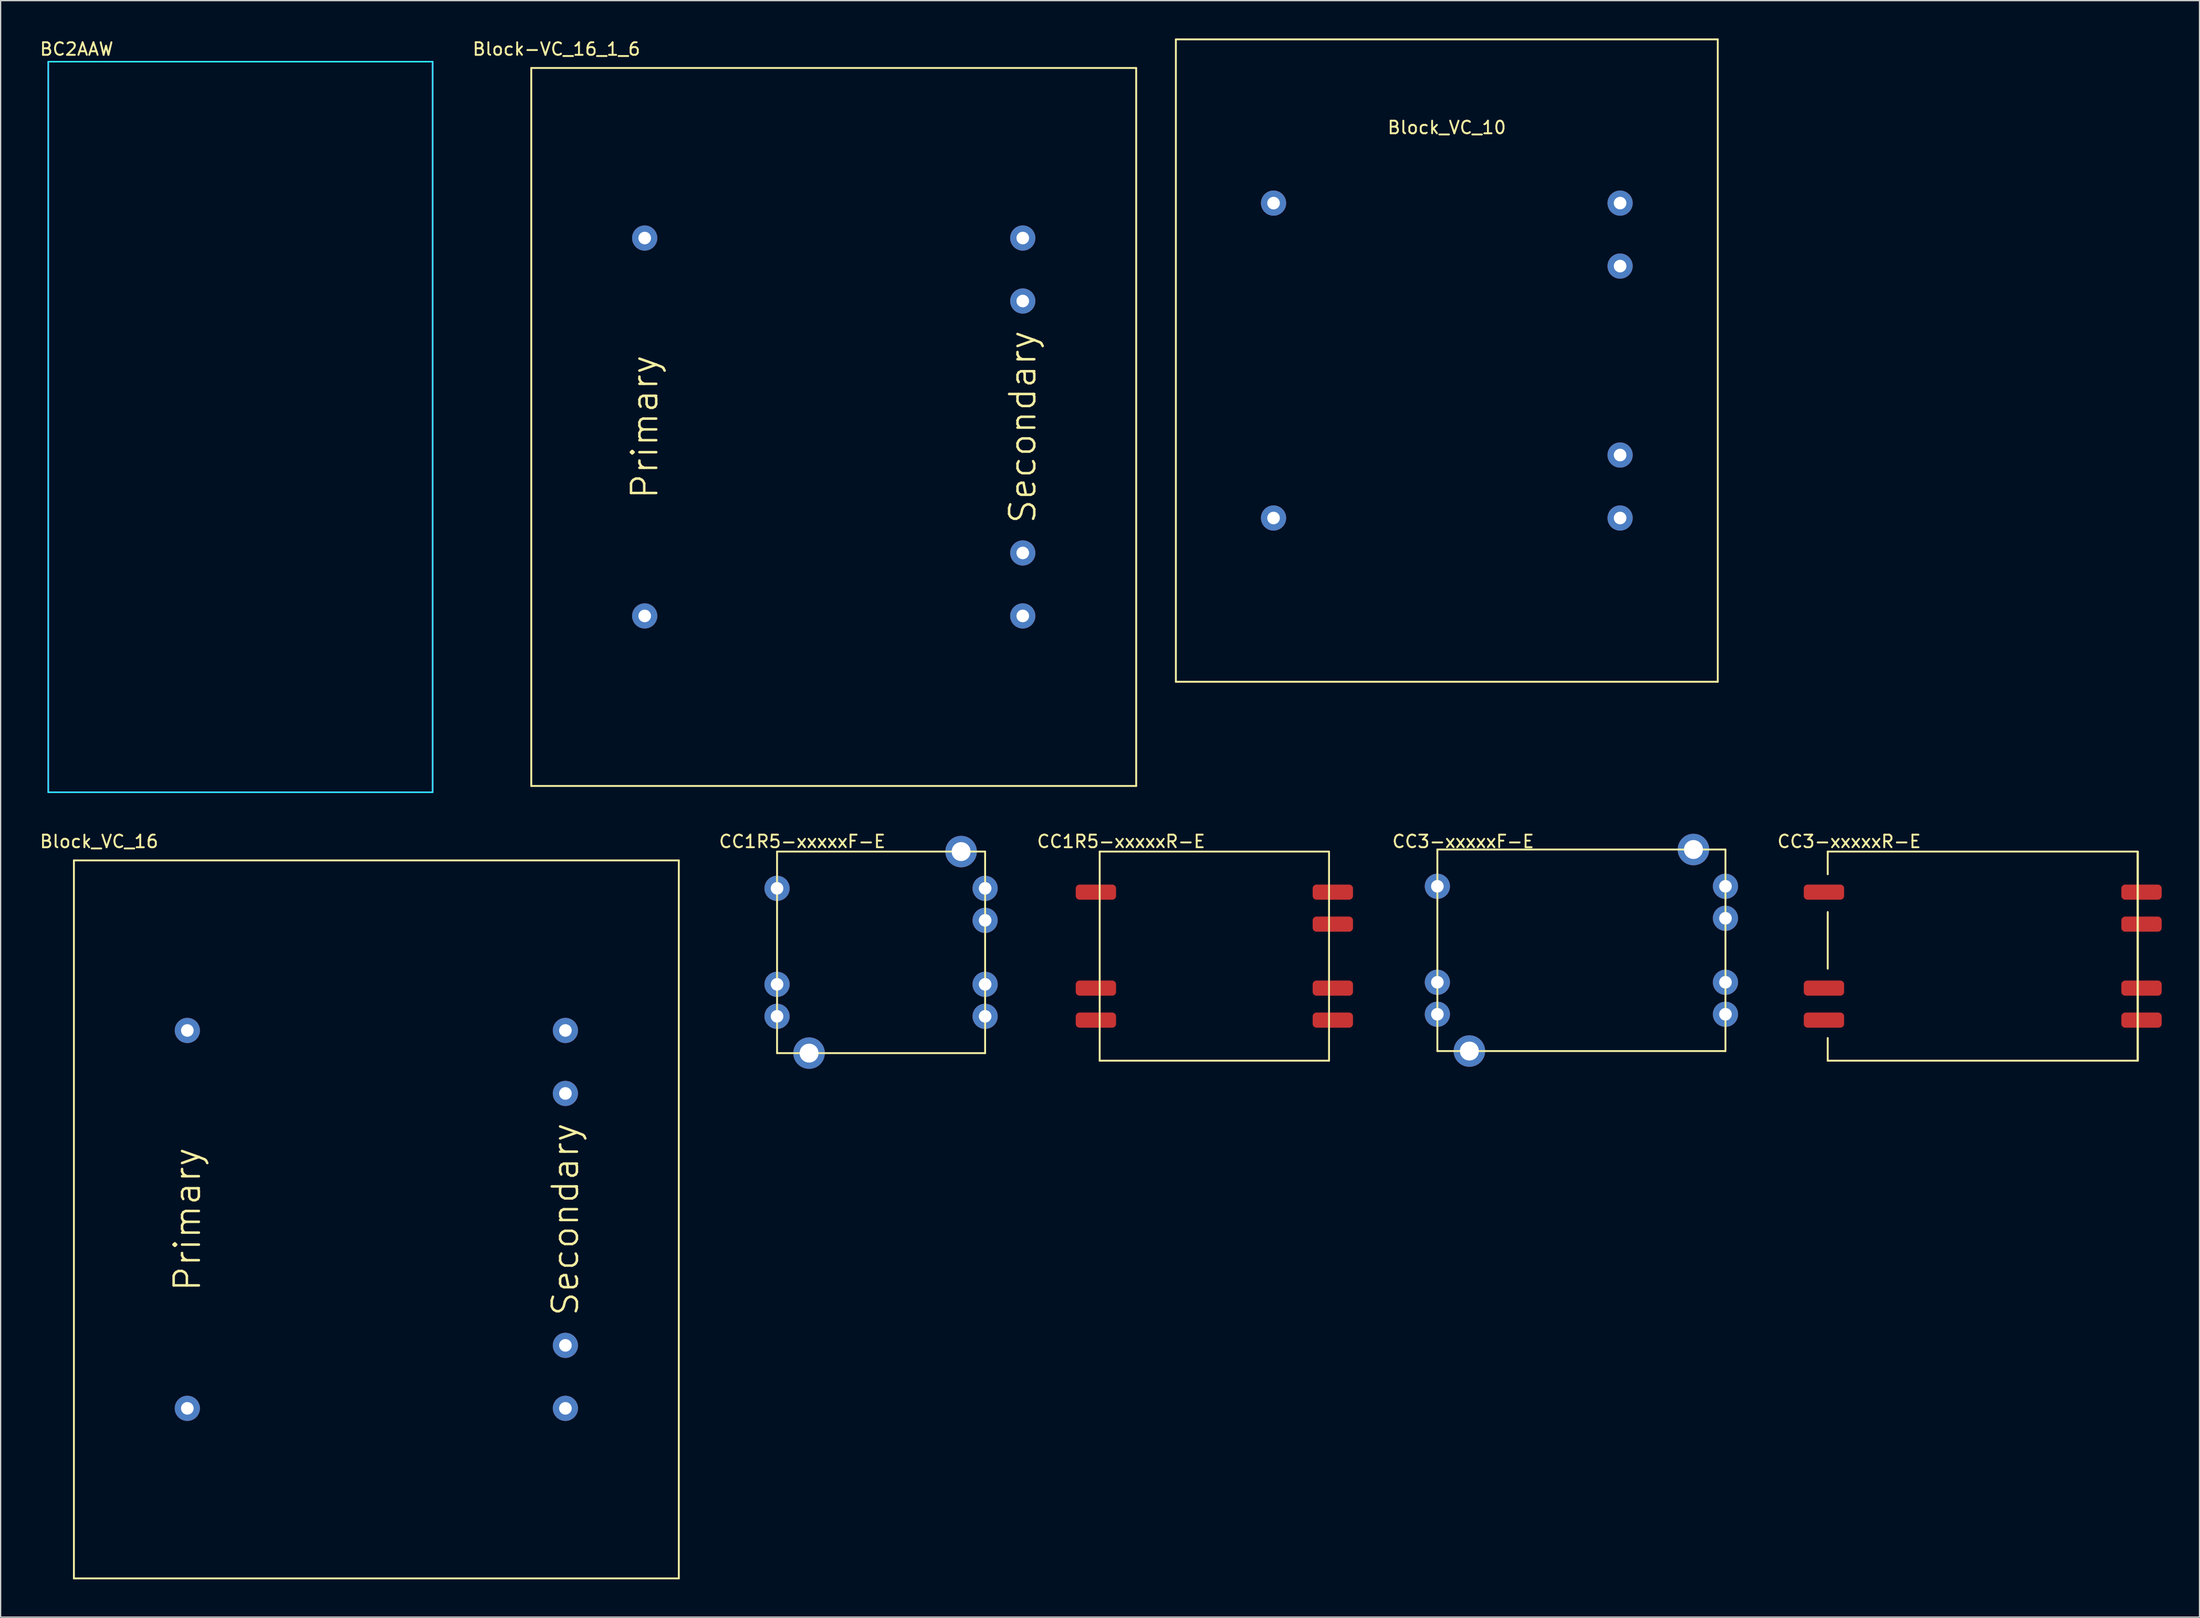
<source format=kicad_pcb>
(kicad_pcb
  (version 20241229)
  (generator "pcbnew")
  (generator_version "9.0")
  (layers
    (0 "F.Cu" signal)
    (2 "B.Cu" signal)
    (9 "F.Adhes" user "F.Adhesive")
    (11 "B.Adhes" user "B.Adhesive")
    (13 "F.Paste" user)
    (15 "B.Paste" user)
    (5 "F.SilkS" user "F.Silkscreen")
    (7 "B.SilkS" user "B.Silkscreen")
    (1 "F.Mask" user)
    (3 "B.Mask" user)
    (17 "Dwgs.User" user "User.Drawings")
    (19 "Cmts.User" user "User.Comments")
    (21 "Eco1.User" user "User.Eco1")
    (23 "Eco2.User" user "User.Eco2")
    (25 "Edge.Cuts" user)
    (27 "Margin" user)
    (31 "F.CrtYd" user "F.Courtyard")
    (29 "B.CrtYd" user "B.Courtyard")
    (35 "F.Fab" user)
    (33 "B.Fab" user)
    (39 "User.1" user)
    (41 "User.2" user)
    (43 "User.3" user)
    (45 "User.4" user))
  (footprint "Block_VC_16"
    (layer "F.Cu")
    (at 26.815 93.757)
    (property "Reference" "Block_VC_16" (at -22 -30 0) (layer "F.SilkS") (effects (font (size 1 1) (thickness 0.15))))
    (attr through_hole)
    (fp_line (start -24 -28.5) (end 24 -28.5) (stroke (width 0.15) (type solid)) (layer "F.SilkS"))
    (fp_line (start -24 28.5) (end -24 -28.5) (stroke (width 0.15) (type solid)) (layer "F.SilkS"))
    (fp_line (start 24 -28.5) (end 24 28.5) (stroke (width 0.15) (type solid)) (layer "F.SilkS"))
    (fp_line (start 24 28.5) (end -24 28.5) (stroke (width 0.15) (type solid)) (layer "F.SilkS"))
    (fp_text user "Secondary" (at 15 0 90) (layer "F.SilkS") (effects (font (size 2 2) (thickness 0.2))))
    (fp_text user "Primary" (at -15 0 270) (layer "F.SilkS") (effects (font (size 2 2) (thickness 0.2))))
    (pad "0" thru_hole circle (at 15 -15 90) (size 2 2) (drill 1) (layers "*.Cu" "*.Mask"))
    (pad "0" thru_hole circle (at 15 15) (size 2 2) (drill 1) (layers "*.Cu" "*.Mask"))
    (pad "1" thru_hole circle (at -15 -15 180) (size 2 2) (drill 1) (layers "*.Cu" "*.Mask"))
    (pad "2" thru_hole circle (at -15 15 270) (size 2 2) (drill 1) (layers "*.Cu" "*.Mask"))
    (pad "3" thru_hole circle (at 15 10) (size 2 2) (drill 1) (layers "*.Cu" "*.Mask"))
    (pad "4" thru_hole circle (at 15 -10 90) (size 2 2) (drill 1) (layers "*.Cu" "*.Mask")))
  (footprint "Block-VC_16_1_6"
    (layer "F.Cu")
    (at 63.108 30.848)
    (property "Reference" "Block-VC_16_1_6" (at -22 -30 0) (layer "F.SilkS") (effects (font (size 1 1) (thickness 0.15))))
    (attr through_hole)
    (fp_line (start -24 -28.5) (end 24 -28.5) (stroke (width 0.15) (type solid)) (layer "F.SilkS"))
    (fp_line (start -24 28.5) (end -24 -28.5) (stroke (width 0.15) (type solid)) (layer "F.SilkS"))
    (fp_line (start 24 -28.5) (end 24 28.5) (stroke (width 0.15) (type solid)) (layer "F.SilkS"))
    (fp_line (start 24 28.5) (end -24 28.5) (stroke (width 0.15) (type solid)) (layer "F.SilkS"))
    (fp_text user "Secondary" (at 15 0 90) (layer "F.SilkS") (effects (font (size 2 2) (thickness 0.2))))
    (fp_text user "Primary" (at -15 0 270) (layer "F.SilkS") (effects (font (size 2 2) (thickness 0.2))))
    (pad "0" thru_hole circle (at 15 -15 90) (size 2 2) (drill 1) (layers "*.Cu" "*.Mask"))
    (pad "0" thru_hole circle (at 15 15) (size 2 2) (drill 1) (layers "*.Cu" "*.Mask"))
    (pad "1" thru_hole circle (at -15 -15 180) (size 2 2) (drill 1) (layers "*.Cu" "*.Mask"))
    (pad "2" thru_hole circle (at -15 15 270) (size 2 2) (drill 1) (layers "*.Cu" "*.Mask"))
    (pad "3" thru_hole circle (at 15 10) (size 2 2) (drill 1) (layers "*.Cu" "*.Mask"))
    (pad "4" thru_hole circle (at 15 -10 90) (size 2 2) (drill 1) (layers "*.Cu" "*.Mask")))
  (footprint "Block_VC_10"
    (layer "F.Cu")
    (at 111.758 25.575)
    (property "Reference" "Block_VC_10" (at 0 -18.5 0) (layer "F.SilkS") (effects (font (size 1 1) (thickness 0.15))))
    (attr through_hole)
    (fp_line (start -21.5 -25.5) (end -21.5 25.5) (stroke (width 0.15) (type solid)) (layer "F.SilkS"))
    (fp_line (start -21.5 -25.5) (end 21.5 -25.5) (stroke (width 0.15) (type solid)) (layer "F.SilkS"))
    (fp_line (start 21.5 25.5) (end -21.5 25.5) (stroke (width 0.15) (type solid)) (layer "F.SilkS"))
    (fp_line (start 21.5 25.5) (end 21.5 -25.5) (stroke (width 0.15) (type solid)) (layer "F.SilkS"))
    (pad "0" thru_hole circle (at 13.75 -12.5) (size 2 2) (drill 1) (layers "*.Cu" "*.Mask"))
    (pad "0" thru_hole circle (at 13.75 12.5) (size 2 2) (drill 1) (layers "*.Cu" "*.Mask"))
    (pad "1" thru_hole circle (at -13.75 -12.5) (size 2 2) (drill 1) (layers "*.Cu" "*.Mask"))
    (pad "2" thru_hole circle (at -13.75 12.5) (size 2 2) (drill 1) (layers "*.Cu" "*.Mask"))
    (pad "3" thru_hole circle (at 13.75 7.5) (size 2 2) (drill 1) (layers "*.Cu" "*.Mask"))
    (pad "4" thru_hole circle (at 13.75 -7.5) (size 2 2) (drill 1) (layers "*.Cu" "*.Mask")))
  (footprint "CC3-xxxxxF-E"
    (layer "F.Cu")
    (at 121.438 72.392)
    (property "Reference" "CC3-xxxxxF-E" (at -8.382 -8.636 0) (layer "F.SilkS") (effects (font (size 1 1) (thickness 0.15))))
    (attr through_hole)
    (fp_line (start -10.43 -8) (end -10.43 8) (stroke (width 0.15) (type solid)) (layer "F.SilkS"))
    (fp_line (start -10.43 -8) (end 12.43 -8) (stroke (width 0.15) (type solid)) (layer "F.SilkS"))
    (fp_line (start -10.43 8) (end 12.43 8) (stroke (width 0.15) (type solid)) (layer "F.SilkS"))
    (fp_line (start 12.43 -8) (end 12.43 8) (stroke (width 0.15) (type solid)) (layer "F.SilkS"))
    (pad "1" thru_hole circle (at -10.43 -5.08) (size 2 2) (drill 1) (layers "*.Cu" "*.Mask"))
    (pad "2" thru_hole circle (at -10.43 2.54) (size 2 2) (drill 1) (layers "*.Cu" "*.Mask"))
    (pad "3" thru_hole circle (at -10.43 5.08) (size 2 2) (drill 1) (layers "*.Cu" "*.Mask"))
    (pad "4" thru_hole circle (at 12.43 5.08) (size 2 2) (drill 1) (layers "*.Cu" "*.Mask"))
    (pad "5" thru_hole circle (at 12.43 2.54) (size 2 2) (drill 1) (layers "*.Cu" "*.Mask"))
    (pad "6" thru_hole circle (at 12.43 -2.54) (size 2 2) (drill 1) (layers "*.Cu" "*.Mask"))
    (pad "7" thru_hole circle (at 12.43 -5.08) (size 2 2) (drill 1) (layers "*.Cu" "*.Mask"))
    (pad "8" thru_hole circle (at -7.89 8) (size 2.5 2.5) (drill 1.5) (layers "*.Cu" "*.Mask"))
    (pad "8" thru_hole circle (at 9.89 -8) (size 2.5 2.5) (drill 1.5) (layers "*.Cu" "*.Mask")))
  (footprint "CC1R5-xxxxxR-E"
    (layer "F.Cu")
    (at 83.912 64.556)
    (property "Reference" "CC1R5-xxxxxR-E" (at 2 -0.8 0) (layer "F.SilkS") (effects (font (size 1 1) (thickness 0.15))))
    (attr through_hole)
    (fp_line (start 0.3 0) (end 0.3 16.6) (stroke (width 0.15) (type solid)) (layer "F.SilkS"))
    (fp_line (start 0.3 0) (end 18.5 0) (stroke (width 0.15) (type solid)) (layer "F.SilkS"))
    (fp_line (start 0.3 16.6) (end 18.5 16.6) (stroke (width 0.15) (type solid)) (layer "F.SilkS"))
    (fp_line (start 18.5 0) (end 18.5 16.6) (stroke (width 0.15) (type solid)) (layer "F.SilkS"))
    (pad "1" smd roundrect (at 0 3.22) (size 3.2 1.2) (layers "F.Cu" "F.Mask" "F.Paste") (roundrect_rratio 0.25))
    (pad "2" smd roundrect (at 0 10.84) (size 3.2 1.2) (layers "F.Cu" "F.Mask" "F.Paste") (roundrect_rratio 0.25))
    (pad "3" smd roundrect (at 0 13.38) (size 3.2 1.2) (layers "F.Cu" "F.Mask" "F.Paste") (roundrect_rratio 0.25))
    (pad "4" smd roundrect (at 18.8 13.38) (size 3.2 1.2) (layers "F.Cu" "F.Mask" "F.Paste") (roundrect_rratio 0.25))
    (pad "5" smd roundrect (at 18.8 10.84) (size 3.2 1.2) (layers "F.Cu" "F.Mask" "F.Paste") (roundrect_rratio 0.25))
    (pad "6" smd roundrect (at 18.8 5.76) (size 3.2 1.2) (layers "F.Cu" "F.Mask" "F.Paste") (roundrect_rratio 0.25))
    (pad "7" smd roundrect (at 18.8 3.22) (size 3.2 1.2) (layers "F.Cu" "F.Mask" "F.Paste") (roundrect_rratio 0.25)))
  (footprint "CC3-xxxxxR-E"
    (layer "F.Cu")
    (at 154.284 72.856)
    (property "Reference" "CC3-xxxxxR-E" (at -10.6 -9.1 0) (layer "F.SilkS") (effects (font (size 1 1) (thickness 0.15))))
    (attr through_hole)
    (fp_line (start -12.3 -8.3) (end -12.3 -6.5) (stroke (width 0.15) (type solid)) (layer "F.SilkS"))
    (fp_line (start -12.3 -8.3) (end 12.3 -8.3) (stroke (width 0.15) (type solid)) (layer "F.SilkS"))
    (fp_line (start -12.3 -3.5) (end -12.3 1) (stroke (width 0.15) (type solid)) (layer "F.SilkS"))
    (fp_line (start -12.3 6.5) (end -12.3 8.3) (stroke (width 0.15) (type solid)) (layer "F.SilkS"))
    (fp_line (start -12.3 8.3) (end 12.3 8.3) (stroke (width 0.15) (type solid)) (layer "F.SilkS"))
    (fp_line (start 12.3 -8.3) (end 12.3 8.3) (stroke (width 0.15) (type solid)) (layer "F.SilkS"))
    (fp_line (start 12.3 -8.3) (end 12.3 8.3) (stroke (width 0.15) (type solid)) (layer "F.SilkS"))
    (fp_line (start 12.3 -8.3) (end 12.3 8.3) (stroke (width 0.15) (type solid)) (layer "F.SilkS"))
    (pad "1" smd roundrect (at -12.6 -5.08) (size 3.2 1.2) (layers "F.Cu" "F.Mask" "F.Paste") (roundrect_rratio 0.25))
    (pad "2" smd roundrect (at -12.6 2.54) (size 3.2 1.2) (layers "F.Cu" "F.Mask" "F.Paste") (roundrect_rratio 0.25))
    (pad "3" smd roundrect (at -12.6 5.08) (size 3.2 1.2) (layers "F.Cu" "F.Mask" "F.Paste") (roundrect_rratio 0.25))
    (pad "4" smd roundrect (at 12.6 5.08) (size 3.2 1.2) (layers "F.Cu" "F.Mask" "F.Paste") (roundrect_rratio 0.25))
    (pad "5" smd roundrect (at 12.6 2.54) (size 3.2 1.2) (layers "F.Cu" "F.Mask" "F.Paste") (roundrect_rratio 0.25))
    (pad "6" smd roundrect (at 12.6 -2.54) (size 3.2 1.2) (layers "F.Cu" "F.Mask" "F.Paste") (roundrect_rratio 0.25))
    (pad "7" smd roundrect (at 12.6 -5.08) (size 3.2 1.2) (layers "F.Cu" "F.Mask" "F.Paste") (roundrect_rratio 0.25)))
  (footprint "CC1R5-xxxxxF-E"
    (layer "F.Cu")
    (at 58.611 64.556)
    (property "Reference" "CC1R5-xxxxxF-E" (at 2 -0.8 0) (layer "F.SilkS") (effects (font (size 1 1) (thickness 0.15))))
    (attr through_hole)
    (fp_line (start 0 0) (end 0 16) (stroke (width 0.15) (type solid)) (layer "F.SilkS"))
    (fp_line (start 0 0) (end 16.51 0) (stroke (width 0.15) (type solid)) (layer "F.SilkS"))
    (fp_line (start 0 16) (end 16.51 16) (stroke (width 0.15) (type solid)) (layer "F.SilkS"))
    (fp_line (start 16.51 0) (end 16.51 16) (stroke (width 0.15) (type solid)) (layer "F.SilkS"))
    (pad "1" thru_hole circle (at 0 2.92) (size 2 2) (drill 1) (layers "*.Cu" "*.Mask"))
    (pad "2" thru_hole circle (at 0 10.54) (size 2 2) (drill 1) (layers "*.Cu" "*.Mask"))
    (pad "3" thru_hole circle (at 0 13.08) (size 2 2) (drill 1) (layers "*.Cu" "*.Mask"))
    (pad "4" thru_hole circle (at 16.51 13.08) (size 2 2) (drill 1) (layers "*.Cu" "*.Mask"))
    (pad "5" thru_hole circle (at 16.51 10.54) (size 2 2) (drill 1) (layers "*.Cu" "*.Mask"))
    (pad "6" thru_hole circle (at 16.51 5.46) (size 2 2) (drill 1) (layers "*.Cu" "*.Mask"))
    (pad "7" thru_hole circle (at 16.51 2.92) (size 2 2) (drill 1) (layers "*.Cu" "*.Mask"))
    (pad "8" thru_hole circle (at 2.54 16) (size 2.5 2.5) (drill 1.5) (layers "*.Cu" "*.Mask"))
    (pad "8" thru_hole circle (at 14.605 0) (size 2.5 2.5) (drill 1.5) (layers "*.Cu" "*.Mask")))
  (footprint "BC2AAW"
    (layer "F.Cu")
    (at 16.03 30.848)
    (property "Reference" "BC2AAW" (at -13 -30 0) (layer "F.SilkS") (effects (font (size 1 1) (thickness 0.15))))
    (attr through_hole)
    (fp_line (start -15.25 -29) (end 15.25 -29) (stroke (width 0.12) (type solid)) (layer "B.CrtYd"))
    (fp_line (start -15.25 29) (end -15.25 -29) (stroke (width 0.12) (type solid)) (layer "B.CrtYd"))
    (fp_line (start 15.25 -29) (end 15.25 29) (stroke (width 0.12) (type solid)) (layer "B.CrtYd"))
    (fp_line (start 15.25 29) (end -15.25 29) (stroke (width 0.12) (type solid)) (layer "B.CrtYd"))
    (fp_line (start -15.25 -29) (end 15.25 -29) (stroke (width 0.12) (type solid)) (layer "F.CrtYd"))
    (fp_line (start -15.25 29) (end -15.25 -29) (stroke (width 0.12) (type solid)) (layer "F.CrtYd"))
    (fp_line (start 15.25 -29) (end 15.25 29) (stroke (width 0.12) (type solid)) (layer "F.CrtYd"))
    (fp_line (start 15.25 29) (end -15.25 29) (stroke (width 0.12) (type solid)) (layer "F.CrtYd")))
  (gr_rect
    (start -3 -3)
    (end 171.484 125.332)
    (stroke (width 0.1) (type default))
    (fill no)
    (layer "Edge.Cuts")))
</source>
